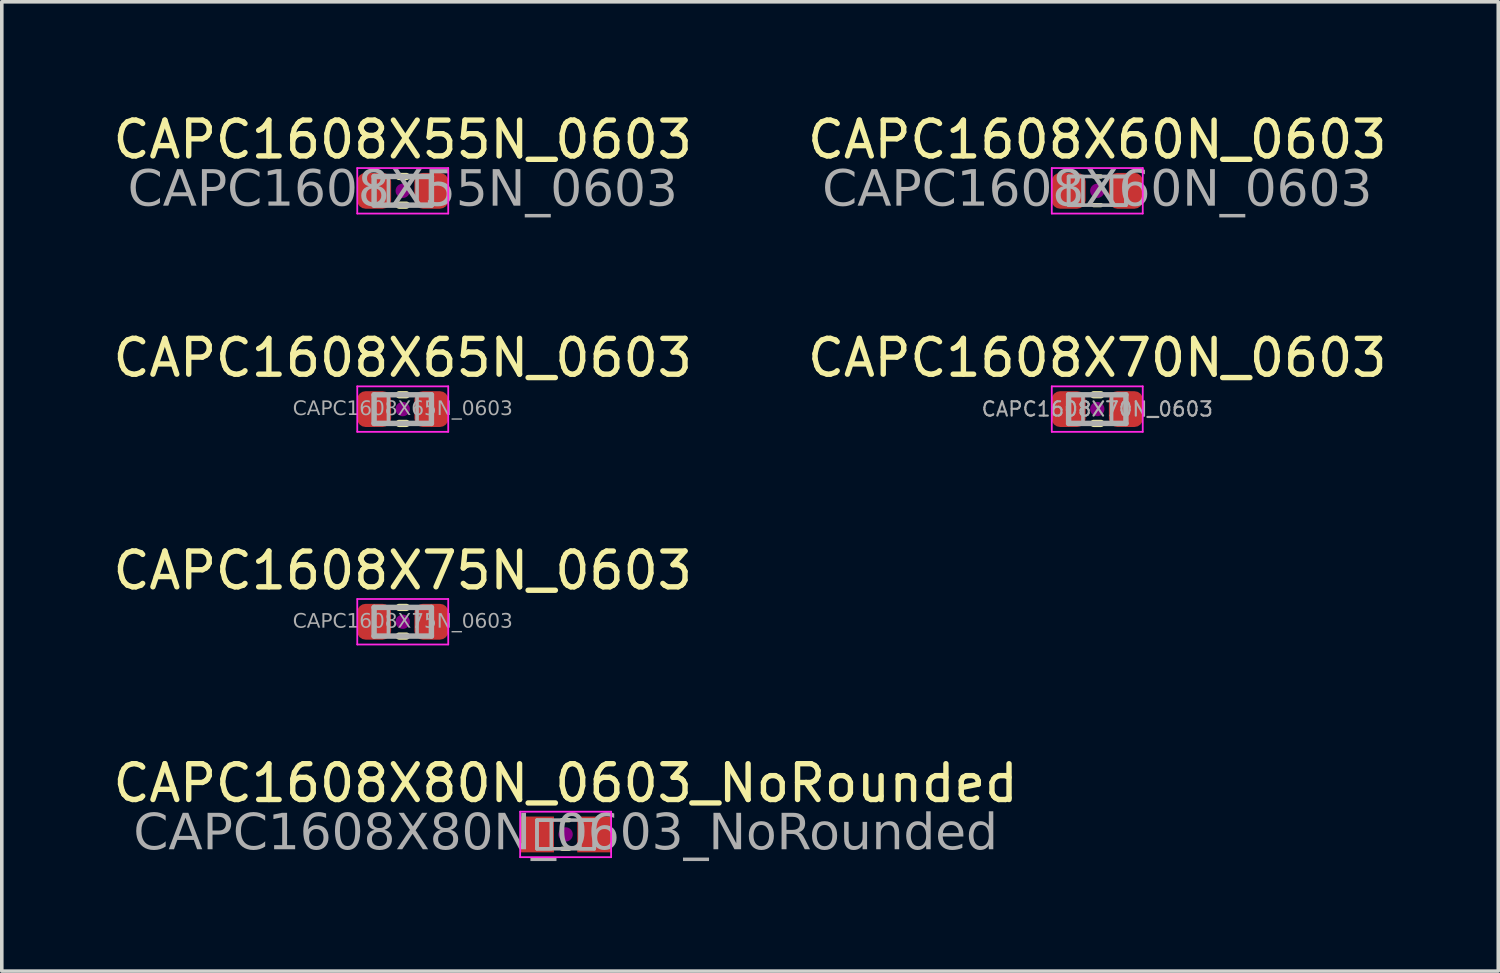
<source format=kicad_pcb>
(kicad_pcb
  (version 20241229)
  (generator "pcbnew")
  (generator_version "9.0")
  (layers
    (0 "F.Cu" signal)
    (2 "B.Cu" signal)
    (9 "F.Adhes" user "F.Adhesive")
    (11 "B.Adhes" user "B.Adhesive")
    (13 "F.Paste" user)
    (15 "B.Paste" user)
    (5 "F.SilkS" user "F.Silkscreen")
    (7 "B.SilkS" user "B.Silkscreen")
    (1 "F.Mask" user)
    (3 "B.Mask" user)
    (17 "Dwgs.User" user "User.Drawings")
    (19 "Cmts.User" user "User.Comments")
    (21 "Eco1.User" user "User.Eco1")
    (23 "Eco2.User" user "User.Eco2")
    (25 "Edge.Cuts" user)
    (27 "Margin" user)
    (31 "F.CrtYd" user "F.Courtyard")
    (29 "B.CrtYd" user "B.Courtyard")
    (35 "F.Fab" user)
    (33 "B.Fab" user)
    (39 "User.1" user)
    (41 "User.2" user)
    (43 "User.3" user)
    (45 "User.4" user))
  (footprint "CAPC1608X80N_0603_NoRounded"
    (layer "F.Cu")
    (at 12.744 20.25)
    (property "Reference" "CAPC1608X80N_0603_NoRounded" (at 0 -1.43 0) (layer "F.SilkS") (effects (font (size 1 1) (thickness 0.15))))
    (attr smd)
    (fp_line (start -0.1 -0.4) (end 0.1 -0.4) (stroke (width 0.12) (type solid)) (layer "F.SilkS"))
    (fp_line (start -0.1 0.4) (end 0.1 0.4) (stroke (width 0.12) (type solid)) (layer "F.SilkS"))
    (fp_circle (center 0 0) (end 0.2 0) (stroke (width 0) (type solid)) (fill yes) (layer "F.Adhes"))
    (fp_line (start -1.27 -0.635) (end 1.27 -0.635) (stroke (width 0.05) (type solid)) (layer "F.CrtYd"))
    (fp_line (start -1.27 0.635) (end -1.27 -0.635) (stroke (width 0.05) (type solid)) (layer "F.CrtYd"))
    (fp_line (start 1.27 -0.635) (end 1.27 0.635) (stroke (width 0.05) (type solid)) (layer "F.CrtYd"))
    (fp_line (start 1.27 0.635) (end -1.27 0.635) (stroke (width 0.05) (type solid)) (layer "F.CrtYd"))
    (fp_line (start -0.8 -0.4) (end 0.8 -0.4) (stroke (width 0.1) (type solid)) (layer "F.Fab"))
    (fp_line (start -0.8 0.4) (end -0.8 -0.4) (stroke (width 0.1) (type solid)) (layer "F.Fab"))
    (fp_line (start 0.8 -0.4) (end 0.8 0.4) (stroke (width 0.1) (type solid)) (layer "F.Fab"))
    (fp_line (start 0.8 0.4) (end -0.8 0.4) (stroke (width 0.1) (type solid)) (layer "F.Fab"))
    (fp_rect (start -0.8 -0.4) (end -0.4 0.4) (stroke (width 0.1) (type solid)) (fill no) (layer "F.Fab"))
    (fp_rect (start 0.8 0.4) (end 0.4 -0.4) (stroke (width 0.1) (type solid)) (fill no) (layer "F.Fab"))
    (fp_text user "${REFERENCE}" (at 0 0 0) (layer "F.Fab") (effects (font (face "Tahoma") (size 1 1) (thickness 0.15))))
    (pad "1" smd rect (at -0.8 0) (size 0.95 1) (layers "F.Cu" "F.Mask" "F.Paste"))
    (pad "2" smd rect (at 0.8 0) (size 0.95 1) (layers "F.Cu" "F.Mask" "F.Paste")))
  (footprint "CAPC1608X70N_0603"
    (layer "F.Cu")
    (at 27.589 8.373)
    (property "Reference" "CAPC1608X70N_0603" (at 0 -1.43 0) (layer "F.SilkS") (effects (font (size 1 1) (thickness 0.15))))
    (attr smd)
    (fp_line (start -0.1 -0.4) (end 0.1 -0.4) (stroke (width 0.203) (type solid)) (layer "F.SilkS"))
    (fp_line (start -0.1 0.4) (end 0.1 0.4) (stroke (width 0.203) (type solid)) (layer "F.SilkS"))
    (fp_circle (center 0 0) (end 0.2 0) (stroke (width 0) (type solid)) (fill yes) (layer "F.Adhes"))
    (fp_line (start -1.27 -0.635) (end 1.27 -0.635) (stroke (width 0.05) (type solid)) (layer "F.CrtYd"))
    (fp_line (start -1.27 0.635) (end -1.27 -0.635) (stroke (width 0.05) (type solid)) (layer "F.CrtYd"))
    (fp_line (start 1.27 -0.635) (end 1.27 0.635) (stroke (width 0.05) (type solid)) (layer "F.CrtYd"))
    (fp_line (start 1.27 0.635) (end -1.27 0.635) (stroke (width 0.05) (type solid)) (layer "F.CrtYd"))
    (fp_line (start -0.8 -0.4) (end 0.8 -0.4) (stroke (width 0.152) (type solid)) (layer "F.Fab"))
    (fp_line (start -0.8 0.4) (end -0.8 -0.4) (stroke (width 0.152) (type solid)) (layer "F.Fab"))
    (fp_line (start 0.8 -0.4) (end 0.8 0.4) (stroke (width 0.152) (type solid)) (layer "F.Fab"))
    (fp_line (start 0.8 0.4) (end -0.8 0.4) (stroke (width 0.152) (type solid)) (layer "F.Fab"))
    (fp_rect (start -0.8 -0.4) (end -0.4 0.4) (stroke (width 0.1) (type solid)) (fill no) (layer "F.Fab"))
    (fp_rect (start 0.8 0.4) (end 0.4 -0.4) (stroke (width 0.1) (type solid)) (fill no) (layer "F.Fab"))
    (fp_text user "${REFERENCE}" (at 0 0 0) (layer "F.Fab") (effects (font (size 0.4 0.4) (thickness 0.06))))
    (pad "1" smd roundrect (at -0.8 0) (size 0.95 1) (layers "F.Cu" "F.Mask" "F.Paste") (roundrect_rratio 0.25))
    (pad "2" smd roundrect (at 0.8 0) (size 0.95 1) (layers "F.Cu" "F.Mask" "F.Paste") (roundrect_rratio 0.25)))
  (footprint "CAPC1608X65N_0603"
    (layer "F.Cu")
    (at 8.196 8.373)
    (property "Reference" "CAPC1608X65N_0603" (at 0 -1.43 0) (layer "F.SilkS") (effects (font (size 1 1) (thickness 0.15))))
    (attr smd)
    (fp_line (start -0.1 -0.4) (end 0.1 -0.4) (stroke (width 0.203) (type solid)) (layer "F.SilkS"))
    (fp_line (start -0.1 0.4) (end 0.1 0.4) (stroke (width 0.203) (type solid)) (layer "F.SilkS"))
    (fp_circle (center 0 0) (end 0.2 0) (stroke (width 0) (type solid)) (fill yes) (layer "F.Adhes"))
    (fp_line (start -1.27 -0.635) (end 1.27 -0.635) (stroke (width 0.05) (type solid)) (layer "F.CrtYd"))
    (fp_line (start -1.27 0.635) (end -1.27 -0.635) (stroke (width 0.05) (type solid)) (layer "F.CrtYd"))
    (fp_line (start 1.27 -0.635) (end 1.27 0.635) (stroke (width 0.05) (type solid)) (layer "F.CrtYd"))
    (fp_line (start 1.27 0.635) (end -1.27 0.635) (stroke (width 0.05) (type solid)) (layer "F.CrtYd"))
    (fp_line (start -0.8 -0.4) (end 0.8 -0.4) (stroke (width 0.152) (type solid)) (layer "F.Fab"))
    (fp_line (start -0.8 0.4) (end -0.8 -0.4) (stroke (width 0.152) (type solid)) (layer "F.Fab"))
    (fp_line (start 0.8 -0.4) (end 0.8 0.4) (stroke (width 0.152) (type solid)) (layer "F.Fab"))
    (fp_line (start 0.8 0.4) (end -0.8 0.4) (stroke (width 0.152) (type solid)) (layer "F.Fab"))
    (fp_rect (start -0.8 -0.4) (end -0.4 0.4) (stroke (width 0.1) (type solid)) (fill no) (layer "F.Fab"))
    (fp_rect (start 0.8 0.4) (end 0.4 -0.4) (stroke (width 0.1) (type solid)) (fill no) (layer "F.Fab"))
    (fp_text user "${REFERENCE}" (at 0 0 0) (layer "F.Fab") (effects (font (face "Tahoma") (size 0.4 0.4) (thickness 0.06))))
    (pad "1" smd roundrect (at -0.8 0) (size 0.95 1) (layers "F.Cu" "F.Mask" "F.Paste") (roundrect_rratio 0.25))
    (pad "2" smd roundrect (at 0.8 0) (size 0.95 1) (layers "F.Cu" "F.Mask" "F.Paste") (roundrect_rratio 0.25)))
  (footprint "CAPC1608X75N_0603"
    (layer "F.Cu")
    (at 8.196 14.311)
    (property "Reference" "CAPC1608X75N_0603" (at 0 -1.43 0) (layer "F.SilkS") (effects (font (size 1 1) (thickness 0.15))))
    (attr smd)
    (fp_line (start -0.1 -0.4) (end 0.1 -0.4) (stroke (width 0.203) (type solid)) (layer "F.SilkS"))
    (fp_line (start -0.1 0.4) (end 0.1 0.4) (stroke (width 0.203) (type solid)) (layer "F.SilkS"))
    (fp_circle (center 0 0) (end 0.2 0) (stroke (width 0) (type solid)) (fill yes) (layer "F.Adhes"))
    (fp_line (start -1.27 -0.635) (end 1.27 -0.635) (stroke (width 0.05) (type solid)) (layer "F.CrtYd"))
    (fp_line (start -1.27 0.635) (end -1.27 -0.635) (stroke (width 0.05) (type solid)) (layer "F.CrtYd"))
    (fp_line (start 1.27 -0.635) (end 1.27 0.635) (stroke (width 0.05) (type solid)) (layer "F.CrtYd"))
    (fp_line (start 1.27 0.635) (end -1.27 0.635) (stroke (width 0.05) (type solid)) (layer "F.CrtYd"))
    (fp_line (start -0.8 -0.4) (end 0.8 -0.4) (stroke (width 0.152) (type solid)) (layer "F.Fab"))
    (fp_line (start -0.8 0.4) (end -0.8 -0.4) (stroke (width 0.152) (type solid)) (layer "F.Fab"))
    (fp_line (start 0.8 -0.4) (end 0.8 0.4) (stroke (width 0.152) (type solid)) (layer "F.Fab"))
    (fp_line (start 0.8 0.4) (end -0.8 0.4) (stroke (width 0.152) (type solid)) (layer "F.Fab"))
    (fp_rect (start -0.8 -0.4) (end -0.4 0.4) (stroke (width 0.1) (type solid)) (fill no) (layer "F.Fab"))
    (fp_rect (start 0.8 0.4) (end 0.4 -0.4) (stroke (width 0.1) (type solid)) (fill no) (layer "F.Fab"))
    (fp_text user "${REFERENCE}" (at 0 0 0) (layer "F.Fab") (effects (font (face "Tahoma") (size 0.4 0.4) (thickness 0.06))))
    (pad "1" smd roundrect (at -0.8 0) (size 0.95 1) (layers "F.Cu" "F.Mask" "F.Paste") (roundrect_rratio 0.25))
    (pad "2" smd roundrect (at 0.8 0) (size 0.95 1) (layers "F.Cu" "F.Mask" "F.Paste") (roundrect_rratio 0.25)))
  (footprint "CAPC1608X60N_0603"
    (layer "F.Cu")
    (at 27.589 2.278)
    (property "Reference" "CAPC1608X60N_0603" (at 0 -1.43 0) (layer "F.SilkS") (effects (font (size 1 1) (thickness 0.15))))
    (attr smd)
    (fp_line (start -0.1 -0.4) (end 0.1 -0.4) (stroke (width 0.12) (type solid)) (layer "F.SilkS"))
    (fp_line (start -0.1 0.4) (end 0.1 0.4) (stroke (width 0.12) (type solid)) (layer "F.SilkS"))
    (fp_circle (center 0 0) (end 0.2 0) (stroke (width 0) (type solid)) (fill yes) (layer "F.Adhes"))
    (fp_line (start -1.27 -0.635) (end 1.27 -0.635) (stroke (width 0.05) (type solid)) (layer "F.CrtYd"))
    (fp_line (start -1.27 0.635) (end -1.27 -0.635) (stroke (width 0.05) (type solid)) (layer "F.CrtYd"))
    (fp_line (start 1.27 -0.635) (end 1.27 0.635) (stroke (width 0.05) (type solid)) (layer "F.CrtYd"))
    (fp_line (start 1.27 0.635) (end -1.27 0.635) (stroke (width 0.05) (type solid)) (layer "F.CrtYd"))
    (fp_line (start -0.8 -0.4) (end 0.8 -0.4) (stroke (width 0.1) (type solid)) (layer "F.Fab"))
    (fp_line (start -0.8 0.4) (end -0.8 -0.4) (stroke (width 0.1) (type solid)) (layer "F.Fab"))
    (fp_line (start 0.8 -0.4) (end 0.8 0.4) (stroke (width 0.1) (type solid)) (layer "F.Fab"))
    (fp_line (start 0.8 0.4) (end -0.8 0.4) (stroke (width 0.1) (type solid)) (layer "F.Fab"))
    (fp_rect (start -0.8 -0.4) (end -0.4 0.4) (stroke (width 0.1) (type solid)) (fill no) (layer "F.Fab"))
    (fp_rect (start 0.8 0.4) (end 0.4 -0.4) (stroke (width 0.1) (type solid)) (fill no) (layer "F.Fab"))
    (fp_text user "${REFERENCE}" (at 0 0 0) (layer "F.Fab") (effects (font (face "Tahoma") (size 1 1) (thickness 0.15))))
    (pad "1" smd roundrect (at -0.8 0) (size 0.95 1) (layers "F.Cu" "F.Mask" "F.Paste") (roundrect_rratio 0.25))
    (pad "2" smd roundrect (at 0.8 0) (size 0.95 1) (layers "F.Cu" "F.Mask" "F.Paste") (roundrect_rratio 0.25)))
  (footprint "CAPC1608X55N_0603"
    (layer "F.Cu")
    (at 8.196 2.278)
    (property "Reference" "CAPC1608X55N_0603" (at 0 -1.43 0) (layer "F.SilkS") (effects (font (size 1 1) (thickness 0.15))))
    (attr smd)
    (fp_line (start -0.1 -0.4) (end 0.1 -0.4) (stroke (width 0.203) (type solid)) (layer "F.SilkS"))
    (fp_line (start -0.1 0.4) (end 0.1 0.4) (stroke (width 0.203) (type solid)) (layer "F.SilkS"))
    (fp_circle (center 0 0) (end 0.2 0) (stroke (width 0) (type solid)) (fill yes) (layer "F.Adhes"))
    (fp_line (start -1.27 -0.635) (end 1.27 -0.635) (stroke (width 0.05) (type solid)) (layer "F.CrtYd"))
    (fp_line (start -1.27 0.635) (end -1.27 -0.635) (stroke (width 0.05) (type solid)) (layer "F.CrtYd"))
    (fp_line (start 1.27 -0.635) (end 1.27 0.635) (stroke (width 0.05) (type solid)) (layer "F.CrtYd"))
    (fp_line (start 1.27 0.635) (end -1.27 0.635) (stroke (width 0.05) (type solid)) (layer "F.CrtYd"))
    (fp_line (start -0.8 -0.4) (end 0.8 -0.4) (stroke (width 0.152) (type solid)) (layer "F.Fab"))
    (fp_line (start -0.8 0.4) (end -0.8 -0.4) (stroke (width 0.152) (type solid)) (layer "F.Fab"))
    (fp_line (start 0.8 -0.4) (end 0.8 0.4) (stroke (width 0.152) (type solid)) (layer "F.Fab"))
    (fp_line (start 0.8 0.4) (end -0.8 0.4) (stroke (width 0.152) (type solid)) (layer "F.Fab"))
    (fp_rect (start -0.8 -0.4) (end -0.4 0.4) (stroke (width 0.1) (type solid)) (fill no) (layer "F.Fab"))
    (fp_rect (start 0.8 0.4) (end 0.4 -0.4) (stroke (width 0.1) (type solid)) (fill no) (layer "F.Fab"))
    (fp_text user "${REFERENCE}" (at 0 0 0) (layer "F.Fab") (effects (font (face "Tahoma") (size 1 1) (thickness 0.15))))
    (pad "1" smd roundrect (at -0.8 0) (size 0.95 1) (layers "F.Cu" "F.Mask" "F.Paste") (roundrect_rratio 0.25))
    (pad "2" smd roundrect (at 0.8 0) (size 0.95 1) (layers "F.Cu" "F.Mask" "F.Paste") (roundrect_rratio 0.25)))
  (gr_rect
    (start -3 -3)
    (end 38.786 24.066)
    (stroke (width 0.1) (type default))
    (fill no)
    (layer "Edge.Cuts")))
</source>
